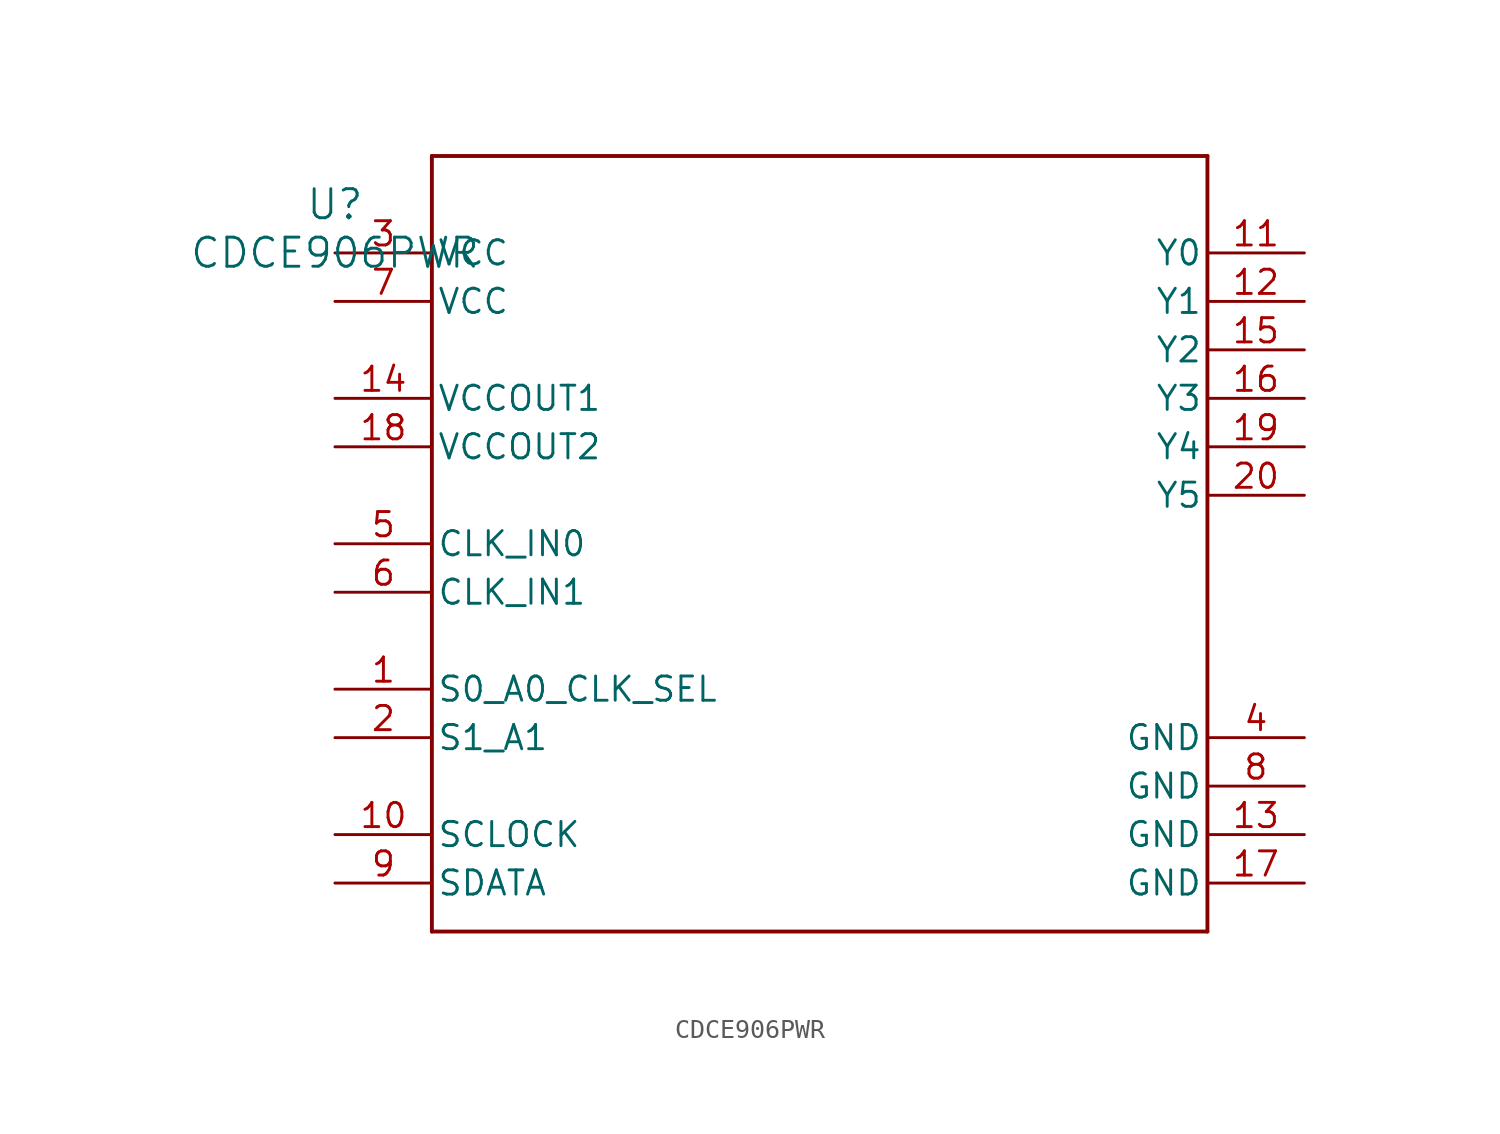
<source format=kicad_sym>
(kicad_symbol_lib
  (version 20211014)
  (generator kicad_symbol_editor)
  (symbol "CDCE906PWR"
    (pin_names
      (offset 0.254))
    (property "Reference" "U"
      (at 0 2.54 0)
      (effects (font (size 1.524 1.524))))
    (property "Value" "CDCE906PWR"
      (at 0 0 0)
      (effects (font (size 1.524 1.524))))
    (symbol "CDCE906PWR_0_1"
      (polyline (pts (xy 5.08 -35.56) (xy 45.72 -35.56)) (stroke (width 0.203) (type default) (color 0 0 0 0)) (fill (type none)))
      (polyline (pts (xy 45.72 -35.56) (xy 45.72 5.08)) (stroke (width 0.203) (type default) (color 0 0 0 0)) (fill (type none)))
      (polyline (pts (xy 45.72 5.08) (xy 5.08 5.08)) (stroke (width 0.203) (type default) (color 0 0 0 0)) (fill (type none)))
      (polyline (pts (xy 5.08 5.08) (xy 5.08 -35.56)) (stroke (width 0.203) (type default) (color 0 0 0 0)) (fill (type none)))
      (pin input line (at 0 -22.86 0) (length 5.08) (name "S0_A0_CLK_SEL" (effects (font (size 1.27 1.27)))) (number "1" (effects (font (size 1.27 1.27)))))
      (pin input line (at 0 -25.4 0) (length 5.08) (name "S1_A1" (effects (font (size 1.27 1.27)))) (number "2" (effects (font (size 1.27 1.27)))))
      (pin power_in line (at 0 0 0) (length 5.08) (name "VCC" (effects (font (size 1.27 1.27)))) (number "3" (effects (font (size 1.27 1.27)))))
      (pin power_in line (at 50.8 -25.4 180) (length 5.08) (name "GND" (effects (font (size 1.27 1.27)))) (number "4" (effects (font (size 1.27 1.27)))))
      (pin input line (at 0 -15.24 0) (length 5.08) (name "CLK_IN0" (effects (font (size 1.27 1.27)))) (number "5" (effects (font (size 1.27 1.27)))))
      (pin bidirectional line (at 0 -17.78 0) (length 5.08) (name "CLK_IN1" (effects (font (size 1.27 1.27)))) (number "6" (effects (font (size 1.27 1.27)))))
      (pin power_in line (at 0 -2.54 0) (length 5.08) (name "VCC" (effects (font (size 1.27 1.27)))) (number "7" (effects (font (size 1.27 1.27)))))
      (pin power_in line (at 50.8 -27.94 180) (length 5.08) (name "GND" (effects (font (size 1.27 1.27)))) (number "8" (effects (font (size 1.27 1.27)))))
      (pin bidirectional line (at 0 -33.02 0) (length 5.08) (name "SDATA" (effects (font (size 1.27 1.27)))) (number "9" (effects (font (size 1.27 1.27)))))
      (pin input line (at 0 -30.48 0) (length 5.08) (name "SCLOCK" (effects (font (size 1.27 1.27)))) (number "10" (effects (font (size 1.27 1.27)))))
      (pin output line (at 50.8 0 180) (length 5.08) (name "Y0" (effects (font (size 1.27 1.27)))) (number "11" (effects (font (size 1.27 1.27)))))
      (pin output line (at 50.8 -2.54 180) (length 5.08) (name "Y1" (effects (font (size 1.27 1.27)))) (number "12" (effects (font (size 1.27 1.27)))))
      (pin power_in line (at 50.8 -30.48 180) (length 5.08) (name "GND" (effects (font (size 1.27 1.27)))) (number "13" (effects (font (size 1.27 1.27)))))
      (pin power_in line (at 0 -7.62 0) (length 5.08) (name "VCCOUT1" (effects (font (size 1.27 1.27)))) (number "14" (effects (font (size 1.27 1.27)))))
      (pin output line (at 50.8 -5.08 180) (length 5.08) (name "Y2" (effects (font (size 1.27 1.27)))) (number "15" (effects (font (size 1.27 1.27)))))
      (pin output line (at 50.8 -7.62 180) (length 5.08) (name "Y3" (effects (font (size 1.27 1.27)))) (number "16" (effects (font (size 1.27 1.27)))))
      (pin power_in line (at 50.8 -33.02 180) (length 5.08) (name "GND" (effects (font (size 1.27 1.27)))) (number "17" (effects (font (size 1.27 1.27)))))
      (pin power_in line (at 0 -10.16 0) (length 5.08) (name "VCCOUT2" (effects (font (size 1.27 1.27)))) (number "18" (effects (font (size 1.27 1.27)))))
      (pin output line (at 50.8 -10.16 180) (length 5.08) (name "Y4" (effects (font (size 1.27 1.27)))) (number "19" (effects (font (size 1.27 1.27)))))
      (pin output line (at 50.8 -12.7 180) (length 5.08) (name "Y5" (effects (font (size 1.27 1.27)))) (number "20" (effects (font (size 1.27 1.27))))))))
</source>
